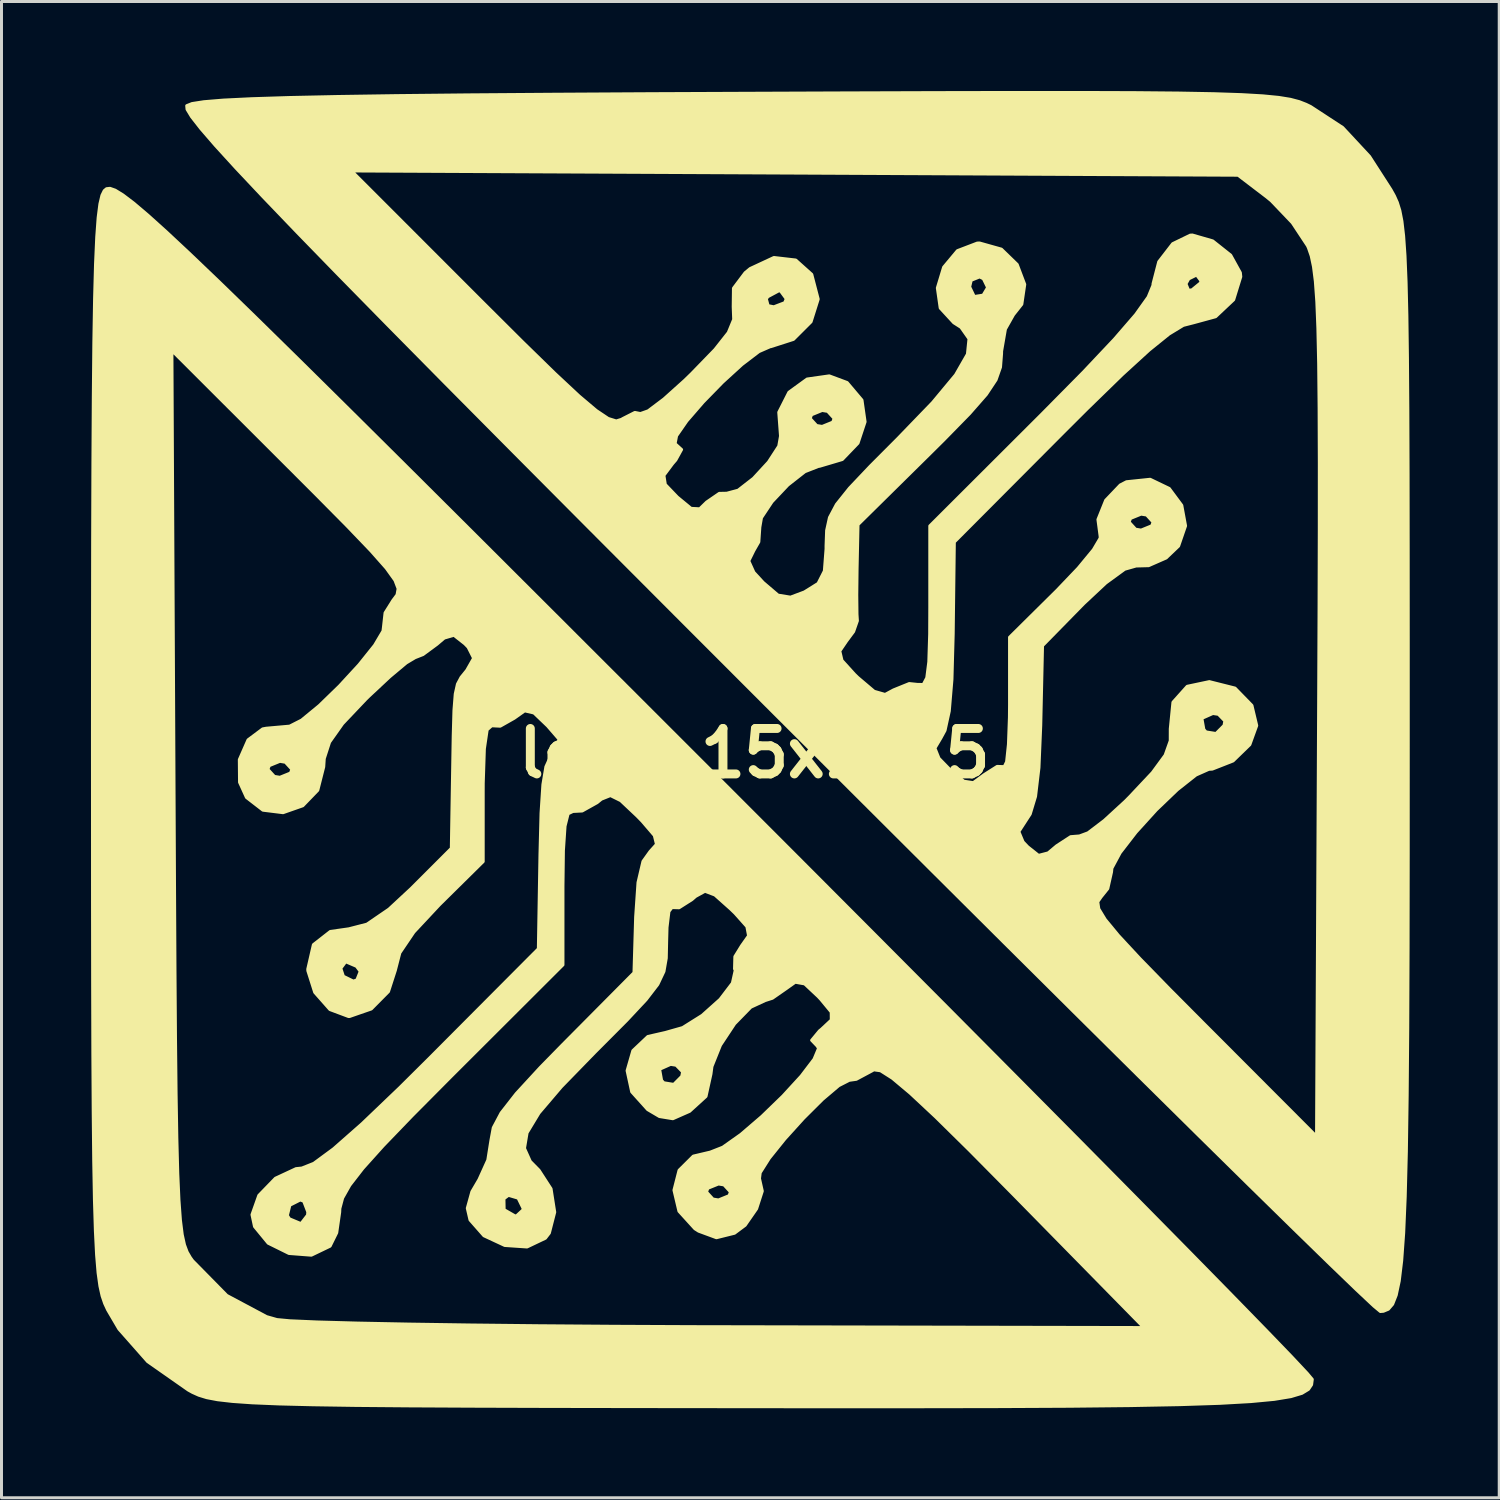
<source format=kicad_pcb>
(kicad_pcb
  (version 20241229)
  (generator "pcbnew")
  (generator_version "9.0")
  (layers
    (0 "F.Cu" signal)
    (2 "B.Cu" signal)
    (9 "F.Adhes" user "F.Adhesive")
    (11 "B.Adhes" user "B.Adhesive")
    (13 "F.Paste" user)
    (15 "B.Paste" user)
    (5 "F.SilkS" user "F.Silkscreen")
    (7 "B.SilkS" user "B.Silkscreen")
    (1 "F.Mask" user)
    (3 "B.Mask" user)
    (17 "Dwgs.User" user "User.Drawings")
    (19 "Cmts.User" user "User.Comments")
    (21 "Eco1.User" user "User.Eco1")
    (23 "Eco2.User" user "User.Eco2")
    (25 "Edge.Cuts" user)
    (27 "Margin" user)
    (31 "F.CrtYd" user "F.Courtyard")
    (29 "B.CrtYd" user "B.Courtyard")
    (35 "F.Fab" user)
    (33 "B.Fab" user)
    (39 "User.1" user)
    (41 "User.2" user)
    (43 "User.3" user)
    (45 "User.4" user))
  (footprint "logo_15x15_5"
    (layer "F.Cu")
    (at 22.242 22.209)
    (property "Reference" "logo_15x15_5" (at 0 0 0) (layer "F.SilkS") (effects (font (size 1.524 1.524) (thickness 0.3))))
    (attr through_hole)
    (fp_poly (pts (xy 21.924 -0.305) (xy 21.923 3.349) (xy 21.918 6.505) (xy 21.907 9.199) (xy 21.888 11.467) (xy 21.861 13.346) (xy 21.822 14.871) (xy 21.771 16.079) (xy 21.704 17.007) (xy 21.622 17.69) (xy 21.521 18.165) (xy 21.401 18.469) (xy 21.258 18.636) (xy 21.092 18.705) (xy 20.988 18.714) (xy 20.766 18.529) (xy 20.192 17.99) (xy 19.29 17.121) (xy 18.942 16.782) (xy 18.942 -9.743) (xy 18.935 -11.587) (xy 18.92 -13.073) (xy 18.894 -14.245) (xy 18.858 -15.148) (xy 18.809 -15.825) (xy 18.746 -16.32) (xy 18.67 -16.679) (xy 18.578 -16.945) (xy 18.547 -17.015) (xy 18.036 -17.788) (xy 17.329 -18.528) (xy 17.162 -18.664) (xy 16.218 -19.384) (xy 1.358 -19.456) (xy -13.502 -19.527) (xy -9.175 -15.197) (xy -7.769 -13.797) (xy -6.686 -12.74) (xy -5.88 -11.987) (xy -5.3 -11.497) (xy -4.9 -11.229) (xy -4.631 -11.145) (xy -4.446 -11.202) (xy -4.423 -11.22) (xy -4.007 -11.431) (xy -3.819 -11.394) (xy -3.561 -11.485) (xy -3.033 -11.883) (xy -2.334 -12.511) (xy -2.103 -12.736) (xy -1.321 -13.542) (xy -0.874 -14.109) (xy -0.693 -14.549) (xy -0.709 -14.974) (xy -0.709 -14.976) (xy -0.701 -15.596) (xy -0.312 -16.114) (xy -0.142 -16.255) (xy 0.655 -16.626) (xy 1.388 -16.541) (xy 1.925 -16.06) (xy 2.139 -15.239) (xy 2.139 -15.222) (xy 1.902 -14.469) (xy 1.312 -13.88) (xy 1.069 -13.802) (xy 1.069 -15.24) (xy 0.878 -15.5) (xy 0.818 -15.507) (xy 0.456 -15.313) (xy 0.401 -15.24) (xy 0.462 -15.011) (xy 0.653 -14.973) (xy 1.018 -15.112) (xy 1.069 -15.24) (xy 1.069 -13.802) (xy 0.552 -13.636) (xy 0.534 -13.636) (xy 0.154 -13.47) (xy -0.412 -13.038) (xy -1.067 -12.44) (xy -1.716 -11.775) (xy -2.262 -11.144) (xy -2.608 -10.645) (xy -2.658 -10.378) (xy -2.634 -10.364) (xy -2.439 -10.187) (xy -2.633 -9.835) (xy -2.74 -9.711) (xy -3.032 -9.319) (xy -2.985 -9.016) (xy -2.58 -8.593) (xy -2.121 -8.215) (xy -1.833 -8.2) (xy -1.602 -8.425) (xy -1.177 -8.717) (xy -0.925 -8.722) (xy -0.545 -8.823) (xy -0.031 -9.223) (xy 0.472 -9.769) (xy 0.818 -10.303) (xy 0.877 -10.639) (xy 0.818 -11.437) (xy 1.158 -12.109) (xy 1.767 -12.551) (xy 2.512 -12.657) (xy 3.111 -12.434) (xy 3.609 -11.845) (xy 3.713 -11.116) (xy 3.476 -10.4) (xy 2.949 -9.852) (xy 2.674 -9.77) (xy 2.674 -11.229) (xy 2.457 -11.467) (xy 2.273 -11.497) (xy 1.917 -11.352) (xy 1.872 -11.229) (xy 2.088 -10.992) (xy 2.273 -10.962) (xy 2.628 -11.106) (xy 2.674 -11.229) (xy 2.674 -9.77) (xy 2.185 -9.625) (xy 2.159 -9.625) (xy 1.696 -9.444) (xy 1.126 -8.997) (xy 0.593 -8.433) (xy 0.239 -7.9) (xy 0.184 -7.584) (xy 0.15 -7.089) (xy -0.016 -6.799) (xy -0.187 -6.451) (xy -0.016 -6.072) (xy 0.297 -5.731) (xy 0.796 -5.305) (xy 1.212 -5.238) (xy 1.677 -5.412) (xy 2.135 -5.698) (xy 2.347 -6.116) (xy 2.404 -6.856) (xy 2.404 -6.957) (xy 2.423 -7.475) (xy 2.518 -7.908) (xy 2.752 -8.349) (xy 3.187 -8.893) (xy 3.886 -9.631) (xy 4.813 -10.561) (xy 5.977 -11.767) (xy 6.746 -12.692) (xy 7.144 -13.386) (xy 7.196 -13.899) (xy 6.926 -14.283) (xy 6.684 -14.438) (xy 6.231 -14.93) (xy 6.135 -15.605) (xy 6.345 -16.3) (xy 6.808 -16.855) (xy 7.472 -17.109) (xy 7.551 -17.112) (xy 8.284 -16.906) (xy 8.813 -16.392) (xy 9.066 -15.724) (xy 8.968 -15.058) (xy 8.689 -14.705) (xy 8.418 -14.224) (xy 8.29 -13.486) (xy 8.288 -13.394) (xy 8.253 -12.948) (xy 8.104 -12.523) (xy 7.821 -12.096) (xy 7.821 -15.619) (xy 7.678 -15.912) (xy 7.553 -15.975) (xy 7.271 -15.861) (xy 7.219 -15.641) (xy 7.374 -15.318) (xy 7.669 -15.364) (xy 7.821 -15.619) (xy 7.821 -12.096) (xy 7.779 -12.033) (xy 7.215 -11.389) (xy 6.349 -10.504) (xy 5.882 -10.041) (xy 3.476 -7.667) (xy 3.444 -6.173) (xy 3.434 -5.308) (xy 3.441 -4.665) (xy 3.455 -4.445) (xy 3.329 -4.083) (xy 3.088 -3.758) (xy 2.865 -3.43) (xy 2.938 -3.118) (xy 3.358 -2.654) (xy 3.468 -2.547) (xy 4.018 -2.081) (xy 4.384 -1.976) (xy 4.666 -2.128) (xy 5.192 -2.341) (xy 5.478 -2.311) (xy 5.662 -2.31) (xy 5.781 -2.535) (xy 5.849 -3.068) (xy 5.878 -3.994) (xy 5.882 -4.891) (xy 5.882 -7.627) (xy 9.625 -11.363) (xy 11.029 -12.784) (xy 12.07 -13.887) (xy 12.783 -14.712) (xy 13.203 -15.301) (xy 13.364 -15.693) (xy 13.368 -15.75) (xy 13.558 -16.484) (xy 14.025 -17.089) (xy 14.614 -17.375) (xy 14.687 -17.379) (xy 15.369 -17.182) (xy 15.971 -16.704) (xy 16.295 -16.117) (xy 16.309 -15.981) (xy 16.071 -15.209) (xy 15.467 -14.64) (xy 14.973 -14.505) (xy 14.973 -15.842) (xy 14.827 -16.038) (xy 14.564 -15.908) (xy 14.471 -15.741) (xy 14.559 -15.526) (xy 14.672 -15.541) (xy 14.958 -15.775) (xy 14.973 -15.842) (xy 14.973 -14.505) (xy 14.727 -14.438) (xy 14.383 -14.35) (xy 13.904 -14.059) (xy 13.239 -13.522) (xy 12.338 -12.699) (xy 11.153 -11.546) (xy 10.367 -10.762) (xy 6.705 -7.085) (xy 6.667 -4.011) (xy 6.625 -2.48) (xy 6.536 -1.419) (xy 6.393 -0.766) (xy 6.256 -0.514) (xy 6.055 -0.175) (xy 6.191 0.165) (xy 6.548 0.532) (xy 7.024 0.933) (xy 7.34 0.981) (xy 7.706 0.712) (xy 8.139 0.437) (xy 8.377 0.445) (xy 8.457 0.283) (xy 8.519 -0.304) (xy 8.552 -1.204) (xy 8.556 -1.635) (xy 8.556 -3.894) (xy 10.147 -5.469) (xy 10.857 -6.213) (xy 11.366 -6.83) (xy 11.594 -7.217) (xy 11.593 -7.28) (xy 11.519 -7.841) (xy 11.779 -8.487) (xy 12.266 -8.998) (xy 12.476 -9.107) (xy 13.271 -9.19) (xy 13.912 -8.882) (xy 14.331 -8.317) (xy 14.458 -7.628) (xy 14.225 -6.95) (xy 13.807 -6.551) (xy 13.368 -6.358) (xy 13.368 -7.754) (xy 13.152 -7.991) (xy 12.967 -8.021) (xy 12.612 -7.877) (xy 12.566 -7.754) (xy 12.783 -7.516) (xy 12.967 -7.486) (xy 13.323 -7.631) (xy 13.368 -7.754) (xy 13.368 -6.358) (xy 13.219 -6.293) (xy 12.8 -6.282) (xy 12.417 -6.173) (xy 11.786 -5.713) (xy 11.043 -5.018) (xy 9.662 -3.609) (xy 9.602 -0.936) (xy 9.542 0.481) (xy 9.428 1.445) (xy 9.249 2.037) (xy 9.134 2.214) (xy 8.868 2.625) (xy 9.01 2.966) (xy 9.167 3.132) (xy 9.53 3.42) (xy 9.85 3.337) (xy 10.135 3.098) (xy 10.604 2.793) (xy 10.9 2.769) (xy 11.187 2.663) (xy 11.731 2.249) (xy 12.427 1.61) (xy 12.584 1.452) (xy 13.344 0.644) (xy 13.772 0.06) (xy 13.944 -0.423) (xy 13.945 -0.821) (xy 14.034 -1.715) (xy 14.512 -2.249) (xy 15.254 -2.406) (xy 16.117 -2.189) (xy 16.683 -1.608) (xy 16.844 -0.932) (xy 16.613 -0.292) (xy 16.051 0.254) (xy 15.775 0.363) (xy 15.775 -1.085) (xy 15.558 -1.309) (xy 15.374 -1.337) (xy 15.005 -1.173) (xy 15.071 -0.803) (xy 15.144 -0.72) (xy 15.477 -0.666) (xy 15.747 -0.937) (xy 15.775 -1.085) (xy 15.775 0.363) (xy 15.354 0.528) (xy 15.238 0.535) (xy 14.808 0.726) (xy 14.182 1.221) (xy 13.474 1.9) (xy 12.798 2.645) (xy 12.265 3.335) (xy 11.988 3.852) (xy 11.975 3.981) (xy 11.85 4.536) (xy 11.624 4.818) (xy 11.515 4.976) (xy 11.548 5.209) (xy 11.764 5.566) (xy 12.205 6.101) (xy 12.913 6.864) (xy 13.928 7.906) (xy 15.023 9.007) (xy 18.849 12.841) (xy 18.919 -1.622) (xy 18.933 -4.805) (xy 18.941 -7.497) (xy 18.942 -9.743) (xy 18.942 16.782) (xy 18.086 15.948) (xy 16.604 14.495) (xy 14.869 12.786) (xy 12.906 10.846) (xy 10.741 8.7) (xy 8.398 6.372) (xy 5.902 3.887) (xy 3.278 1.27) (xy 0.675 -1.33) (xy -2.607 -4.614) (xy -5.527 -7.541) (xy -8.103 -10.13) (xy -10.355 -12.399) (xy -12.3 -14.369) (xy -13.957 -16.057) (xy -15.343 -17.482) (xy -16.478 -18.665) (xy -17.38 -19.623) (xy -18.067 -20.376) (xy -18.557 -20.943) (xy -18.869 -21.342) (xy -19.021 -21.593) (xy -19.032 -21.715) (xy -19.03 -21.717) (xy -18.854 -21.787) (xy -18.455 -21.849) (xy -17.802 -21.903) (xy -16.861 -21.949) (xy -15.601 -21.989) (xy -13.99 -22.023) (xy -11.997 -22.053) (xy -9.589 -22.078) (xy -6.734 -22.099) (xy -3.401 -22.118) (xy -0.522 -22.13) (xy 3.042 -22.144) (xy 6.111 -22.154) (xy 8.724 -22.159) (xy 10.921 -22.159) (xy 12.742 -22.153) (xy 14.226 -22.139) (xy 15.412 -22.117) (xy 16.34 -22.086) (xy 17.05 -22.045) (xy 17.582 -21.993) (xy 17.974 -21.929) (xy 18.266 -21.852) (xy 18.499 -21.761) (xy 18.649 -21.688) (xy 19.726 -20.984) (xy 20.626 -20.016) (xy 21.344 -18.901) (xy 21.46 -18.692) (xy 21.558 -18.472) (xy 21.642 -18.202) (xy 21.712 -17.841) (xy 21.769 -17.348) (xy 21.815 -16.684) (xy 21.851 -15.808) (xy 21.878 -14.68) (xy 21.897 -13.26) (xy 21.91 -11.507) (xy 21.918 -9.38) (xy 21.922 -6.841) (xy 21.924 -3.848) (xy 21.924 -0.361) (xy 21.924 -0.305)) (stroke (width 0.1) (type solid)) (fill yes) (layer "F.SilkS"))
    (fp_poly (pts (xy 18.707 20.988) (xy 18.683 21.168) (xy 18.579 21.323) (xy 18.36 21.456) (xy 17.99 21.567) (xy 17.431 21.659) (xy 16.649 21.733) (xy 15.606 21.792) (xy 14.267 21.836) (xy 13.056 21.859) (xy 13.056 19.251) (xy 8.67 14.783) (xy 7.212 13.309) (xy 6.078 12.192) (xy 5.229 11.399) (xy 4.627 10.894) (xy 4.231 10.642) (xy 4.002 10.61) (xy 3.96 10.638) (xy 3.418 10.928) (xy 3.181 10.962) (xy 2.831 11.141) (xy 2.286 11.603) (xy 1.649 12.237) (xy 1.02 12.932) (xy 0.502 13.577) (xy 0.197 14.06) (xy 0.172 14.254) (xy 0.267 14.677) (xy 0.076 15.269) (xy -0.308 15.823) (xy -0.665 16.089) (xy -0.802 16.123) (xy -0.802 14.705) (xy -1.019 14.468) (xy -1.203 14.438) (xy -1.559 14.582) (xy -1.604 14.705) (xy -1.388 14.942) (xy -1.203 14.973) (xy -0.847 14.828) (xy -0.802 14.705) (xy -0.802 16.123) (xy -1.272 16.24) (xy -1.868 16.02) (xy -1.994 15.94) (xy -2.529 15.351) (xy -2.696 14.645) (xy -2.525 13.977) (xy -2.048 13.503) (xy -1.476 13.368) (xy -1.059 13.204) (xy -0.452 12.774) (xy 0.25 12.171) (xy 0.955 11.488) (xy 1.57 10.817) (xy 2 10.252) (xy 2.153 9.886) (xy 2.1 9.807) (xy 1.92 9.619) (xy 2.18 9.304) (xy 2.254 9.243) (xy 2.579 8.939) (xy 2.577 8.673) (xy 2.227 8.249) (xy 2.141 8.157) (xy 1.685 7.729) (xy 1.371 7.673) (xy 1.069 7.888) (xy 0.606 8.21) (xy 0.363 8.288) (xy -0.118 8.511) (xy -0.66 9.067) (xy -1.136 9.786) (xy -1.422 10.5) (xy -1.455 10.751) (xy -1.621 11.502) (xy -2.167 11.999) (xy -2.175 12.004) (xy -2.406 12.106) (xy -2.406 10.679) (xy -2.623 10.456) (xy -2.807 10.427) (xy -3.176 10.592) (xy -3.11 10.961) (xy -3.037 11.044) (xy -2.704 11.098) (xy -2.434 10.827) (xy -2.406 10.679) (xy -2.406 12.106) (xy -2.732 12.25) (xy -3.184 12.176) (xy -3.579 11.943) (xy -4.113 11.349) (xy -4.267 10.638) (xy -4.074 9.967) (xy -3.572 9.492) (xy -2.984 9.358) (xy -2.406 9.194) (xy -1.751 8.783) (xy -1.151 8.246) (xy -0.737 7.702) (xy -0.642 7.275) (xy -0.665 7.225) (xy -0.654 6.813) (xy -0.429 6.448) (xy -0.194 6.115) (xy -0.251 5.809) (xy -0.649 5.362) (xy -0.8 5.216) (xy -1.324 4.749) (xy -1.655 4.623) (xy -1.969 4.796) (xy -2.089 4.901) (xy -2.523 5.177) (xy -2.762 5.17) (xy -2.864 5.302) (xy -2.928 5.836) (xy -2.941 6.311) (xy -2.953 6.867) (xy -3.031 7.314) (xy -3.236 7.747) (xy -3.63 8.26) (xy -4.275 8.95) (xy -5.232 9.911) (xy -5.347 10.026) (xy -6.472 11.182) (xy -7.219 12.059) (xy -7.62 12.723) (xy -7.707 13.241) (xy -7.511 13.678) (xy -7.219 13.975) (xy -6.816 14.597) (xy -6.693 15.383) (xy -6.873 16.084) (xy -7.005 16.256) (xy -7.621 16.55) (xy -7.754 16.541) (xy -7.754 15.256) (xy -7.921 14.913) (xy -8.243 14.818) (xy -8.396 14.931) (xy -8.389 15.299) (xy -8.029 15.505) (xy -7.976 15.507) (xy -7.758 15.305) (xy -7.754 15.256) (xy -7.754 16.541) (xy -8.37 16.499) (xy -9.068 16.174) (xy -9.534 15.644) (xy -9.625 15.25) (xy -9.471 14.694) (xy -9.233 14.288) (xy -8.937 13.634) (xy -8.832 12.972) (xy -8.754 12.55) (xy -8.491 12.054) (xy -7.986 11.407) (xy -7.18 10.531) (xy -6.429 9.764) (xy -4.036 7.353) (xy -3.98 5.481) (xy -3.901 4.329) (xy -3.735 3.62) (xy -3.499 3.29) (xy -3.282 3.048) (xy -3.354 2.754) (xy -3.765 2.274) (xy -3.933 2.102) (xy -4.48 1.586) (xy -4.826 1.415) (xy -5.128 1.536) (xy -5.27 1.652) (xy -5.771 1.932) (xy -6.083 1.948) (xy -6.243 2.025) (xy -6.347 2.44) (xy -6.402 3.26) (xy -6.417 4.46) (xy -6.417 7.092) (xy -10.16 10.828) (xy -11.472 12.149) (xy -12.445 13.159) (xy -13.126 13.917) (xy -13.563 14.481) (xy -13.804 14.909) (xy -13.897 15.259) (xy -13.903 15.383) (xy -14.002 16.073) (xy -14.224 16.523) (xy -14.852 16.825) (xy -14.973 16.816) (xy -14.973 15.374) (xy -15.109 15.018) (xy -15.224 14.973) (xy -15.573 15.15) (xy -15.657 15.492) (xy -15.589 15.604) (xy -15.201 15.766) (xy -14.98 15.48) (xy -14.973 15.374) (xy -14.973 16.816) (xy -15.605 16.767) (xy -16.301 16.423) (xy -16.759 15.865) (xy -16.844 15.466) (xy -16.615 14.82) (xy -16.058 14.245) (xy -15.367 13.923) (xy -15.17 13.903) (xy -14.772 13.745) (xy -14.108 13.256) (xy -13.154 12.416) (xy -11.889 11.206) (xy -10.903 10.227) (xy -7.242 6.551) (xy -7.188 3.399) (xy -7.152 1.999) (xy -7.09 1.045) (xy -6.99 0.448) (xy -6.841 0.12) (xy -6.711 0.009) (xy -6.474 -0.2) (xy -6.567 -0.493) (xy -6.933 -0.916) (xy -7.391 -1.354) (xy -7.7 -1.425) (xy -8.05 -1.177) (xy -8.52 -0.911) (xy -8.806 -0.925) (xy -8.958 -0.79) (xy -9.052 -0.152) (xy -9.09 1.002) (xy -9.091 1.263) (xy -9.091 3.628) (xy -10.561 5.08) (xy -11.415 5.994) (xy -11.886 6.691) (xy -12.032 7.256) (xy -12.032 7.261) (xy -12.266 7.987) (xy -12.843 8.57) (xy -13.214 8.698) (xy -13.214 7.311) (xy -13.341 7.14) (xy -13.7 6.987) (xy -13.865 7.207) (xy -13.778 7.473) (xy -13.444 7.636) (xy -13.327 7.594) (xy -13.214 7.311) (xy -13.214 8.698) (xy -13.573 8.823) (xy -13.607 8.823) (xy -14.232 8.589) (xy -14.741 8.013) (xy -14.971 7.288) (xy -14.973 7.231) (xy -14.785 6.413) (xy -14.219 5.971) (xy -13.595 5.882) (xy -12.99 5.726) (xy -12.251 5.221) (xy -11.51 4.533) (xy -10.16 3.183) (xy -10.119 0.723) (xy -10.097 -0.574) (xy -10.072 -1.442) (xy -10.029 -1.99) (xy -9.955 -2.323) (xy -9.835 -2.549) (xy -9.653 -2.774) (xy -9.644 -2.785) (xy -9.413 -3.192) (xy -9.597 -3.558) (xy -9.707 -3.672) (xy -10.074 -3.96) (xy -10.397 -3.865) (xy -10.641 -3.658) (xy -11.109 -3.313) (xy -11.376 -3.208) (xy -11.669 -3.033) (xy -12.223 -2.569) (xy -12.925 -1.913) (xy -13.026 -1.814) (xy -13.804 -0.994) (xy -14.242 -0.374) (xy -14.42 0.176) (xy -14.438 0.453) (xy -14.637 1.237) (xy -15.139 1.757) (xy -15.507 1.886) (xy -15.507 0.535) (xy -15.724 0.298) (xy -15.908 0.267) (xy -16.264 0.412) (xy -16.309 0.535) (xy -16.093 0.772) (xy -15.908 0.802) (xy -15.553 0.658) (xy -15.507 0.535) (xy -15.507 1.886) (xy -15.801 1.989) (xy -16.478 1.905) (xy -17.029 1.479) (xy -17.261 0.97) (xy -17.268 0.208) (xy -16.977 -0.453) (xy -16.485 -0.821) (xy -16.367 -0.843) (xy -15.77 -0.896) (xy -15.58 -0.913) (xy -15.181 -1.116) (xy -14.588 -1.604) (xy -13.911 -2.262) (xy -13.256 -2.973) (xy -12.734 -3.625) (xy -12.451 -4.103) (xy -12.434 -4.245) (xy -12.382 -4.711) (xy -12.119 -5.131) (xy -11.98 -5.317) (xy -11.944 -5.522) (xy -12.05 -5.801) (xy -12.343 -6.209) (xy -12.864 -6.797) (xy -13.655 -7.622) (xy -14.758 -8.736) (xy -15.593 -9.571) (xy -19.528 -13.502) (xy -19.456 1.384) (xy -19.44 4.582) (xy -19.425 7.289) (xy -19.408 9.549) (xy -19.388 11.403) (xy -19.363 12.897) (xy -19.332 14.074) (xy -19.292 14.976) (xy -19.243 15.648) (xy -19.182 16.134) (xy -19.107 16.475) (xy -19.017 16.717) (xy -18.91 16.902) (xy -18.833 17.009) (xy -17.687 18.174) (xy -16.356 18.884) (xy -16.009 18.983) (xy -15.573 19.024) (xy -14.655 19.064) (xy -13.31 19.101) (xy -11.592 19.135) (xy -9.553 19.165) (xy -7.247 19.19) (xy -4.728 19.209) (xy -2.05 19.221) (xy -1.025 19.223) (xy 13.056 19.251) (xy 13.056 21.859) (xy 12.596 21.868) (xy 10.556 21.89) (xy 8.112 21.902) (xy 5.226 21.907) (xy 1.864 21.907) (xy -0.388 21.905) (xy -3.894 21.901) (xy -6.906 21.896) (xy -9.464 21.888) (xy -11.606 21.877) (xy -13.375 21.862) (xy -14.808 21.84) (xy -15.948 21.812) (xy -16.832 21.775) (xy -17.503 21.728) (xy -17.999 21.671) (xy -18.361 21.602) (xy -18.628 21.52) (xy -18.841 21.424) (xy -18.983 21.345) (xy -20.343 20.393) (xy -21.306 19.302) (xy -21.683 18.66) (xy -21.783 18.444) (xy -21.869 18.191) (xy -21.942 17.861) (xy -22.004 17.414) (xy -22.054 16.81) (xy -22.094 16.01) (xy -22.126 14.974) (xy -22.15 13.663) (xy -22.167 12.035) (xy -22.179 10.053) (xy -22.186 7.676) (xy -22.19 4.864) (xy -22.191 1.577) (xy -22.192 -0.339) (xy -22.19 -3.944) (xy -22.186 -7.052) (xy -22.177 -9.698) (xy -22.164 -11.92) (xy -22.146 -13.756) (xy -22.121 -15.241) (xy -22.089 -16.413) (xy -22.049 -17.309) (xy -22.001 -17.966) (xy -21.943 -18.42) (xy -21.875 -18.709) (xy -21.799 -18.865) (xy -21.721 -18.932) (xy -21.605 -18.945) (xy -21.429 -18.883) (xy -21.172 -18.725) (xy -20.812 -18.452) (xy -20.329 -18.042) (xy -19.7 -17.475) (xy -18.904 -16.73) (xy -17.919 -15.788) (xy -16.724 -14.627) (xy -15.298 -13.227) (xy -13.619 -11.567) (xy -11.666 -9.628) (xy -9.416 -7.387) (xy -6.85 -4.826) (xy -3.944 -1.923) (xy -1.352 0.668) (xy 1.369 3.392) (xy 3.981 6.011) (xy 6.46 8.501) (xy 8.781 10.838) (xy 10.92 12.995) (xy 12.851 14.949) (xy 14.55 16.673) (xy 15.993 18.144) (xy 17.155 19.336) (xy 18.011 20.224) (xy 18.536 20.784) (xy 18.707 20.988)) (stroke (width 0.1) (type solid)) (fill yes) (layer "F.SilkS")))
  (gr_rect
    (start -3 -3)
    (end 47.216 47.167)
    (stroke (width 0.1) (type default))
    (fill no)
    (layer "Edge.Cuts")))
</source>
